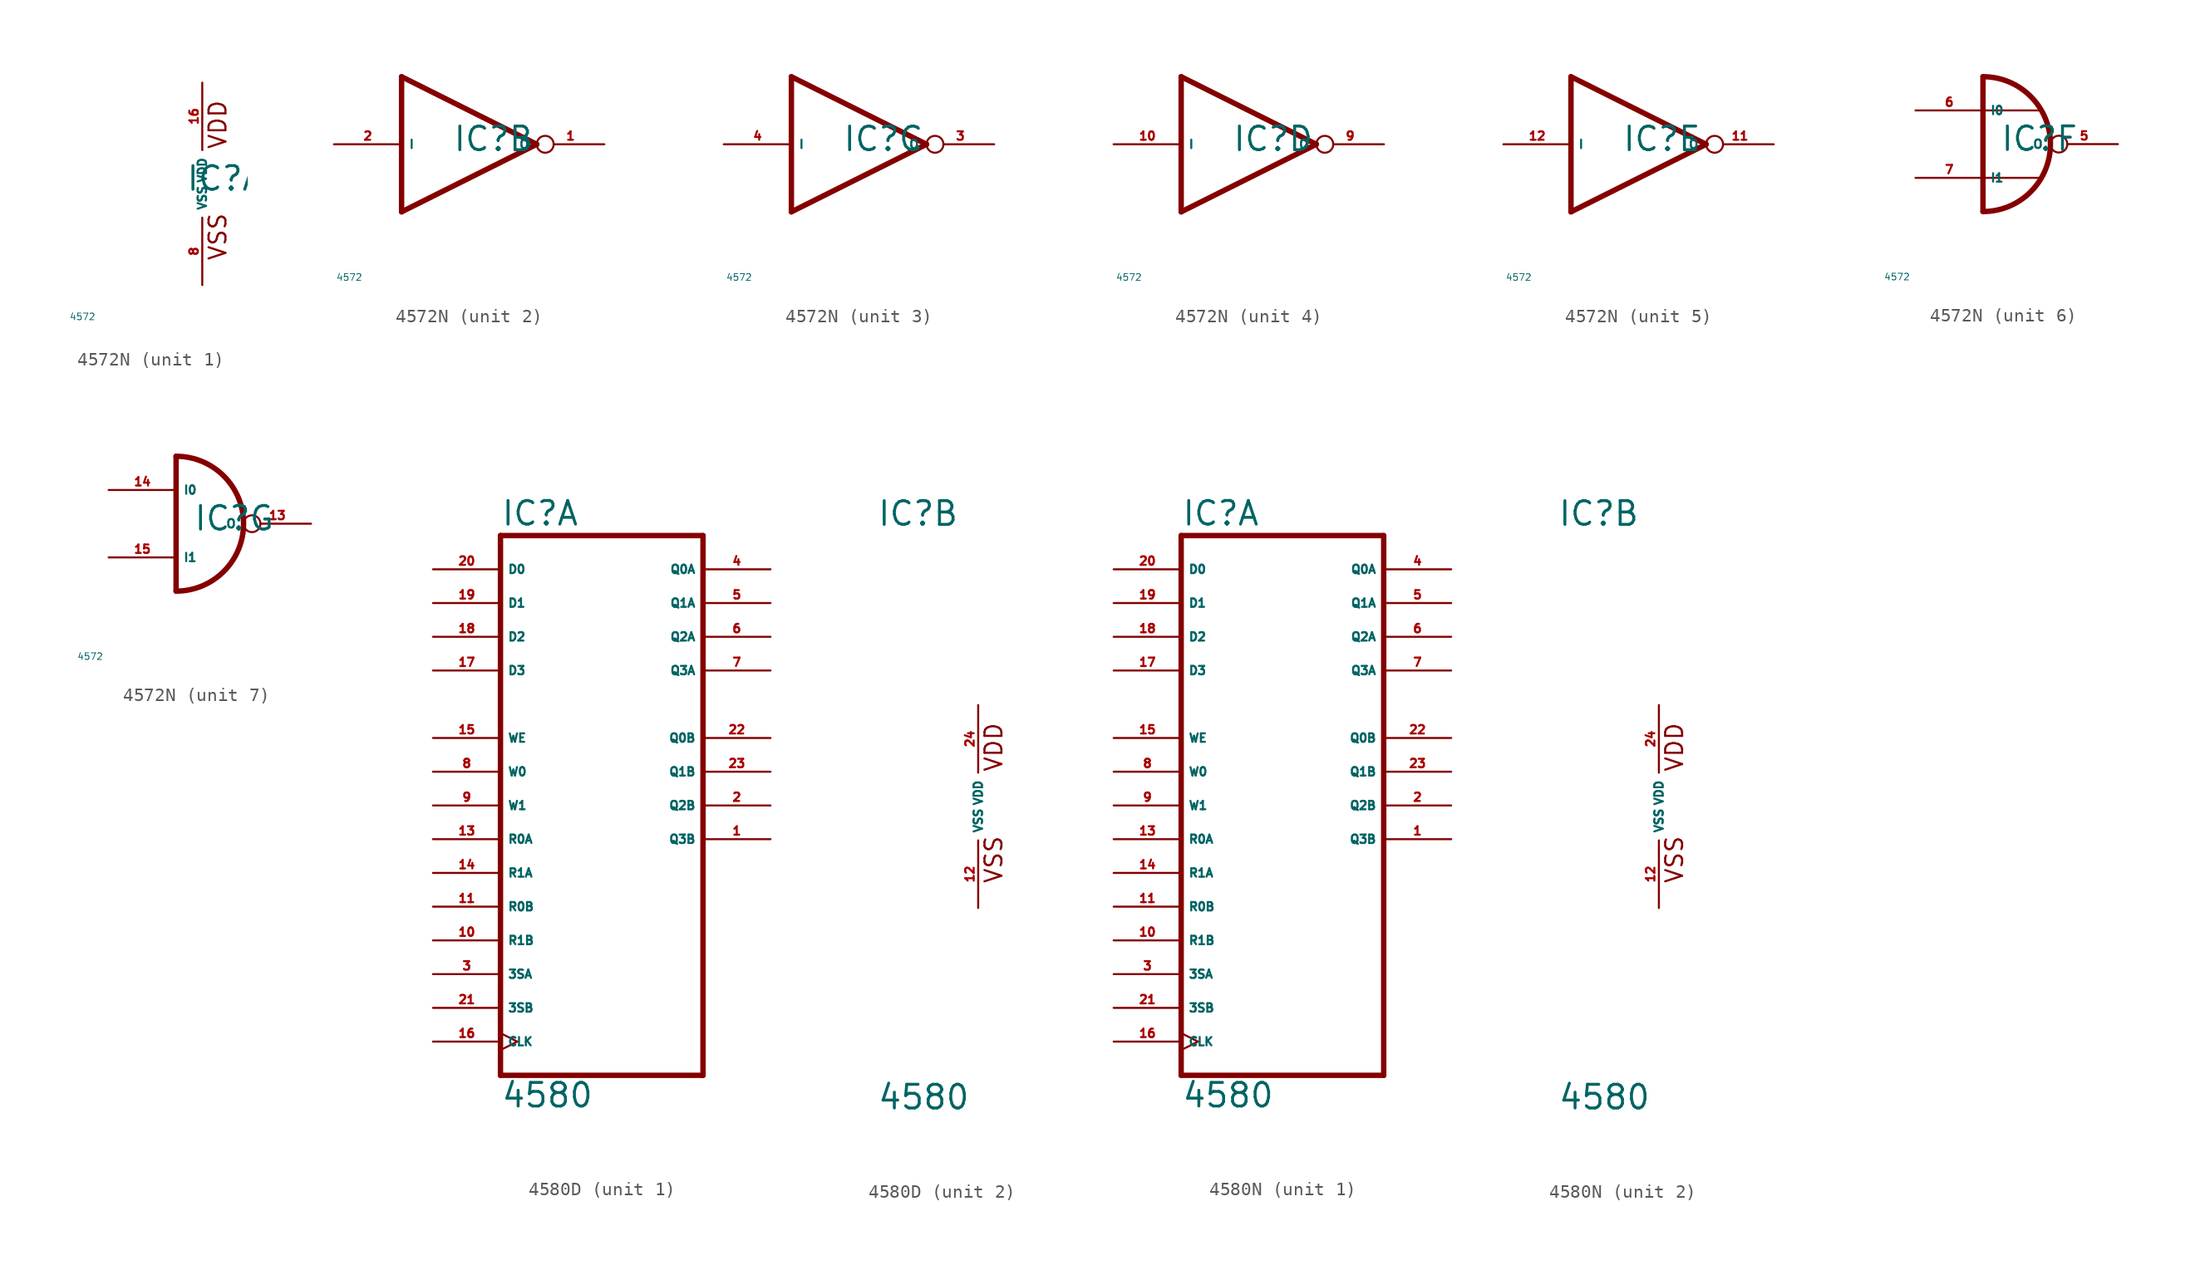
<source format=kicad_sym>
(kicad_symbol_lib
  (version 20220914)
  (generator Eagle2Kicad)
  (symbol "4572N"
    (property "Reference" "IC"
      (at -1.27 -0.635 0)
      (effects (font (size 1.778 1.778) (thickness 0.22)) (justify left bottom)))
    (property "Value" "4572"
      (at -10 -10 0)
      (effects (font (size 0.5 0.5) (thickness 0.06)) (justify left)))
    (symbol "4572N_1_0"
      (text "VDD" (at 1.905 2.54 900) (effects (font (size 1.27 1.27) (thickness 0.16)) (justify left bottom)))
      (text "VSS" (at 1.905 -5.842 900) (effects (font (size 1.27 1.27) (thickness 0.16)) (justify left bottom)))
      (pin unspecified line (at 0 -7.62 90) (length 5.08) (name "VSS" (effects (font (size 0.635 0.635) (thickness 0.08)) (justify left bottom))) (number "8" (effects (font (size 0.635 0.635) (thickness 0.08)) (justify left bottom))))
      (pin unspecified line (at 0 7.62 270) (length 5.08) (name "VDD" (effects (font (size 0.635 0.635) (thickness 0.08)) (justify left bottom))) (number "16" (effects (font (size 0.635 0.635) (thickness 0.08)) (justify left bottom)))))
    (symbol "4572N_2_0"
      (polyline (pts (xy -5.08 -5.08) (xy 5.08 0)) (stroke (width 0.406) (type default)) (fill (type none)))
      (polyline (pts (xy 5.08 0) (xy -5.08 5.08)) (stroke (width 0.406) (type default)) (fill (type none)))
      (polyline (pts (xy -5.08 5.08) (xy -5.08 -5.08)) (stroke (width 0.406) (type default)) (fill (type none)))
      (pin input line (at -10.16 0 0) (length 5.08) (name "I" (effects (font (size 0.635 0.635) (thickness 0.08)) (justify left bottom))) (number "2" (effects (font (size 0.635 0.635) (thickness 0.08)) (justify left bottom))))
      (pin output inverted (at 10.16 0 180) (length 5.08) (name "O" (effects (font (size 0.635 0.635) (thickness 0.08)) (justify left bottom))) (number "1" (effects (font (size 0.635 0.635) (thickness 0.08)) (justify left bottom)))))
    (symbol "4572N_3_0"
      (polyline (pts (xy -5.08 -5.08) (xy 5.08 0)) (stroke (width 0.406) (type default)) (fill (type none)))
      (polyline (pts (xy 5.08 0) (xy -5.08 5.08)) (stroke (width 0.406) (type default)) (fill (type none)))
      (polyline (pts (xy -5.08 5.08) (xy -5.08 -5.08)) (stroke (width 0.406) (type default)) (fill (type none)))
      (pin input line (at -10.16 0 0) (length 5.08) (name "I" (effects (font (size 0.635 0.635) (thickness 0.08)) (justify left bottom))) (number "4" (effects (font (size 0.635 0.635) (thickness 0.08)) (justify left bottom))))
      (pin output inverted (at 10.16 0 180) (length 5.08) (name "O" (effects (font (size 0.635 0.635) (thickness 0.08)) (justify left bottom))) (number "3" (effects (font (size 0.635 0.635) (thickness 0.08)) (justify left bottom)))))
    (symbol "4572N_4_0"
      (polyline (pts (xy -5.08 -5.08) (xy 5.08 0)) (stroke (width 0.406) (type default)) (fill (type none)))
      (polyline (pts (xy 5.08 0) (xy -5.08 5.08)) (stroke (width 0.406) (type default)) (fill (type none)))
      (polyline (pts (xy -5.08 5.08) (xy -5.08 -5.08)) (stroke (width 0.406) (type default)) (fill (type none)))
      (pin input line (at -10.16 0 0) (length 5.08) (name "I" (effects (font (size 0.635 0.635) (thickness 0.08)) (justify left bottom))) (number "10" (effects (font (size 0.635 0.635) (thickness 0.08)) (justify left bottom))))
      (pin output inverted (at 10.16 0 180) (length 5.08) (name "O" (effects (font (size 0.635 0.635) (thickness 0.08)) (justify left bottom))) (number "9" (effects (font (size 0.635 0.635) (thickness 0.08)) (justify left bottom)))))
    (symbol "4572N_5_0"
      (polyline (pts (xy -5.08 -5.08) (xy 5.08 0)) (stroke (width 0.406) (type default)) (fill (type none)))
      (polyline (pts (xy 5.08 0) (xy -5.08 5.08)) (stroke (width 0.406) (type default)) (fill (type none)))
      (polyline (pts (xy -5.08 5.08) (xy -5.08 -5.08)) (stroke (width 0.406) (type default)) (fill (type none)))
      (pin input line (at -10.16 0 0) (length 5.08) (name "I" (effects (font (size 0.635 0.635) (thickness 0.08)) (justify left bottom))) (number "12" (effects (font (size 0.635 0.635) (thickness 0.08)) (justify left bottom))))
      (pin output inverted (at 10.16 0 180) (length 5.08) (name "O" (effects (font (size 0.635 0.635) (thickness 0.08)) (justify left bottom))) (number "11" (effects (font (size 0.635 0.635) (thickness 0.08)) (justify left bottom)))))
    (symbol "4572N_6_0"
      (arc (start -2.54 -5.08) (mid 2.540 0.000) (end -2.54 5.08) (stroke (width 0.4064) (type default)) (fill (type none)))
      (polyline (pts (xy 1.778 2.54) (xy -2.54 2.54)) (stroke (width 0.152) (type default)) (fill (type none)))
      (polyline (pts (xy 1.778 -2.54) (xy -2.54 -2.54)) (stroke (width 0.152) (type default)) (fill (type none)))
      (polyline (pts (xy -2.54 5.08) (xy -2.54 -5.08)) (stroke (width 0.406) (type default)) (fill (type none)))
      (pin input line (at -7.62 2.54 0) (length 5.08) (name "I0" (effects (font (size 0.635 0.635) (thickness 0.08)) (justify left bottom))) (number "6" (effects (font (size 0.635 0.635) (thickness 0.08)) (justify left bottom))))
      (pin input line (at -7.62 -2.54 0) (length 5.08) (name "I1" (effects (font (size 0.635 0.635) (thickness 0.08)) (justify left bottom))) (number "7" (effects (font (size 0.635 0.635) (thickness 0.08)) (justify left bottom))))
      (pin output inverted (at 7.62 0 180) (length 5.08) (name "O" (effects (font (size 0.635 0.635) (thickness 0.08)) (justify left bottom))) (number "5" (effects (font (size 0.635 0.635) (thickness 0.08)) (justify left bottom)))))
    (symbol "4572N_7_0"
      (arc (start -2.54 -5.08) (mid 2.540 0.000) (end -2.54 5.08) (stroke (width 0.4064) (type default)) (fill (type none)))
      (polyline (pts (xy -2.54 5.08) (xy -2.54 -5.08)) (stroke (width 0.406) (type default)) (fill (type none)))
      (pin input line (at -7.62 2.54 0) (length 5.08) (name "I0" (effects (font (size 0.635 0.635) (thickness 0.08)) (justify left bottom))) (number "14" (effects (font (size 0.635 0.635) (thickness 0.08)) (justify left bottom))))
      (pin input line (at -7.62 -2.54 0) (length 5.08) (name "I1" (effects (font (size 0.635 0.635) (thickness 0.08)) (justify left bottom))) (number "15" (effects (font (size 0.635 0.635) (thickness 0.08)) (justify left bottom))))
      (pin output inverted (at 7.62 0 180) (length 5.08) (name "O" (effects (font (size 0.635 0.635) (thickness 0.08)) (justify left bottom))) (number "13" (effects (font (size 0.635 0.635) (thickness 0.08)) (justify left bottom))))))
  (symbol "4580D"
    (property "Reference" "IC"
      (at -7.62 20.955 0)
      (effects (font (size 1.778 1.778) (thickness 0.22)) (justify left bottom)))
    (property "Value" "4580"
      (at -7.62 -22.86 0)
      (effects (font (size 1.778 1.778) (thickness 0.22)) (justify left bottom)))
    (symbol "4580D_1_0"
      (polyline (pts (xy -7.62 -20.32) (xy 7.62 -20.32)) (stroke (width 0.406) (type default)) (fill (type none)))
      (polyline (pts (xy 7.62 -20.32) (xy 7.62 20.32)) (stroke (width 0.406) (type default)) (fill (type none)))
      (polyline (pts (xy 7.62 20.32) (xy -7.62 20.32)) (stroke (width 0.406) (type default)) (fill (type none)))
      (polyline (pts (xy -7.62 20.32) (xy -7.62 -20.32)) (stroke (width 0.406) (type default)) (fill (type none)))
      (pin output line (at 12.7 -2.54 180) (length 5.08) (name "Q3B" (effects (font (size 0.635 0.635) (thickness 0.08)) (justify left bottom))) (number "1" (effects (font (size 0.635 0.635) (thickness 0.08)) (justify left bottom))))
      (pin output line (at 12.7 0 180) (length 5.08) (name "Q2B" (effects (font (size 0.635 0.635) (thickness 0.08)) (justify left bottom))) (number "2" (effects (font (size 0.635 0.635) (thickness 0.08)) (justify left bottom))))
      (pin input line (at -12.7 -12.7 0) (length 5.08) (name "3SA" (effects (font (size 0.635 0.635) (thickness 0.08)) (justify left bottom))) (number "3" (effects (font (size 0.635 0.635) (thickness 0.08)) (justify left bottom))))
      (pin output line (at 12.7 17.78 180) (length 5.08) (name "Q0A" (effects (font (size 0.635 0.635) (thickness 0.08)) (justify left bottom))) (number "4" (effects (font (size 0.635 0.635) (thickness 0.08)) (justify left bottom))))
      (pin output line (at 12.7 15.24 180) (length 5.08) (name "Q1A" (effects (font (size 0.635 0.635) (thickness 0.08)) (justify left bottom))) (number "5" (effects (font (size 0.635 0.635) (thickness 0.08)) (justify left bottom))))
      (pin output line (at 12.7 12.7 180) (length 5.08) (name "Q2A" (effects (font (size 0.635 0.635) (thickness 0.08)) (justify left bottom))) (number "6" (effects (font (size 0.635 0.635) (thickness 0.08)) (justify left bottom))))
      (pin output line (at 12.7 10.16 180) (length 5.08) (name "Q3A" (effects (font (size 0.635 0.635) (thickness 0.08)) (justify left bottom))) (number "7" (effects (font (size 0.635 0.635) (thickness 0.08)) (justify left bottom))))
      (pin input line (at -12.7 2.54 0) (length 5.08) (name "W0" (effects (font (size 0.635 0.635) (thickness 0.08)) (justify left bottom))) (number "8" (effects (font (size 0.635 0.635) (thickness 0.08)) (justify left bottom))))
      (pin input line (at -12.7 0 0) (length 5.08) (name "W1" (effects (font (size 0.635 0.635) (thickness 0.08)) (justify left bottom))) (number "9" (effects (font (size 0.635 0.635) (thickness 0.08)) (justify left bottom))))
      (pin input line (at -12.7 -10.16 0) (length 5.08) (name "R1B" (effects (font (size 0.635 0.635) (thickness 0.08)) (justify left bottom))) (number "10" (effects (font (size 0.635 0.635) (thickness 0.08)) (justify left bottom))))
      (pin input line (at -12.7 -7.62 0) (length 5.08) (name "R0B" (effects (font (size 0.635 0.635) (thickness 0.08)) (justify left bottom))) (number "11" (effects (font (size 0.635 0.635) (thickness 0.08)) (justify left bottom))))
      (pin input line (at -12.7 -2.54 0) (length 5.08) (name "R0A" (effects (font (size 0.635 0.635) (thickness 0.08)) (justify left bottom))) (number "13" (effects (font (size 0.635 0.635) (thickness 0.08)) (justify left bottom))))
      (pin input line (at -12.7 -5.08 0) (length 5.08) (name "R1A" (effects (font (size 0.635 0.635) (thickness 0.08)) (justify left bottom))) (number "14" (effects (font (size 0.635 0.635) (thickness 0.08)) (justify left bottom))))
      (pin input line (at -12.7 5.08 0) (length 5.08) (name "WE" (effects (font (size 0.635 0.635) (thickness 0.08)) (justify left bottom))) (number "15" (effects (font (size 0.635 0.635) (thickness 0.08)) (justify left bottom))))
      (pin input clock (at -12.7 -17.78 0) (length 5.08) (name "CLK" (effects (font (size 0.635 0.635) (thickness 0.08)) (justify left bottom))) (number "16" (effects (font (size 0.635 0.635) (thickness 0.08)) (justify left bottom))))
      (pin input line (at -12.7 10.16 0) (length 5.08) (name "D3" (effects (font (size 0.635 0.635) (thickness 0.08)) (justify left bottom))) (number "17" (effects (font (size 0.635 0.635) (thickness 0.08)) (justify left bottom))))
      (pin input line (at -12.7 12.7 0) (length 5.08) (name "D2" (effects (font (size 0.635 0.635) (thickness 0.08)) (justify left bottom))) (number "18" (effects (font (size 0.635 0.635) (thickness 0.08)) (justify left bottom))))
      (pin input line (at -12.7 15.24 0) (length 5.08) (name "D1" (effects (font (size 0.635 0.635) (thickness 0.08)) (justify left bottom))) (number "19" (effects (font (size 0.635 0.635) (thickness 0.08)) (justify left bottom))))
      (pin input line (at -12.7 17.78 0) (length 5.08) (name "D0" (effects (font (size 0.635 0.635) (thickness 0.08)) (justify left bottom))) (number "20" (effects (font (size 0.635 0.635) (thickness 0.08)) (justify left bottom))))
      (pin input line (at -12.7 -15.24 0) (length 5.08) (name "3SB" (effects (font (size 0.635 0.635) (thickness 0.08)) (justify left bottom))) (number "21" (effects (font (size 0.635 0.635) (thickness 0.08)) (justify left bottom))))
      (pin output line (at 12.7 5.08 180) (length 5.08) (name "Q0B" (effects (font (size 0.635 0.635) (thickness 0.08)) (justify left bottom))) (number "22" (effects (font (size 0.635 0.635) (thickness 0.08)) (justify left bottom))))
      (pin output line (at 12.7 2.54 180) (length 5.08) (name "Q1B" (effects (font (size 0.635 0.635) (thickness 0.08)) (justify left bottom))) (number "23" (effects (font (size 0.635 0.635) (thickness 0.08)) (justify left bottom)))))
    (symbol "4580D_2_0"
      (text "VDD" (at 1.905 2.54 900) (effects (font (size 1.27 1.27) (thickness 0.16)) (justify left bottom)))
      (text "VSS" (at 1.905 -5.842 900) (effects (font (size 1.27 1.27) (thickness 0.16)) (justify left bottom)))
      (pin unspecified line (at 0 -7.62 90) (length 5.08) (name "VSS" (effects (font (size 0.635 0.635) (thickness 0.08)) (justify left bottom))) (number "12" (effects (font (size 0.635 0.635) (thickness 0.08)) (justify left bottom))))
      (pin unspecified line (at 0 7.62 270) (length 5.08) (name "VDD" (effects (font (size 0.635 0.635) (thickness 0.08)) (justify left bottom))) (number "24" (effects (font (size 0.635 0.635) (thickness 0.08)) (justify left bottom))))))
  (symbol "4580N"
    (property "Reference" "IC"
      (at -7.62 20.955 0)
      (effects (font (size 1.778 1.778) (thickness 0.22)) (justify left bottom)))
    (property "Value" "4580"
      (at -7.62 -22.86 0)
      (effects (font (size 1.778 1.778) (thickness 0.22)) (justify left bottom)))
    (symbol "4580N_1_0"
      (polyline (pts (xy -7.62 -20.32) (xy 7.62 -20.32)) (stroke (width 0.406) (type default)) (fill (type none)))
      (polyline (pts (xy 7.62 -20.32) (xy 7.62 20.32)) (stroke (width 0.406) (type default)) (fill (type none)))
      (polyline (pts (xy 7.62 20.32) (xy -7.62 20.32)) (stroke (width 0.406) (type default)) (fill (type none)))
      (polyline (pts (xy -7.62 20.32) (xy -7.62 -20.32)) (stroke (width 0.406) (type default)) (fill (type none)))
      (pin output line (at 12.7 -2.54 180) (length 5.08) (name "Q3B" (effects (font (size 0.635 0.635) (thickness 0.08)) (justify left bottom))) (number "1" (effects (font (size 0.635 0.635) (thickness 0.08)) (justify left bottom))))
      (pin output line (at 12.7 0 180) (length 5.08) (name "Q2B" (effects (font (size 0.635 0.635) (thickness 0.08)) (justify left bottom))) (number "2" (effects (font (size 0.635 0.635) (thickness 0.08)) (justify left bottom))))
      (pin input line (at -12.7 -12.7 0) (length 5.08) (name "3SA" (effects (font (size 0.635 0.635) (thickness 0.08)) (justify left bottom))) (number "3" (effects (font (size 0.635 0.635) (thickness 0.08)) (justify left bottom))))
      (pin output line (at 12.7 17.78 180) (length 5.08) (name "Q0A" (effects (font (size 0.635 0.635) (thickness 0.08)) (justify left bottom))) (number "4" (effects (font (size 0.635 0.635) (thickness 0.08)) (justify left bottom))))
      (pin output line (at 12.7 15.24 180) (length 5.08) (name "Q1A" (effects (font (size 0.635 0.635) (thickness 0.08)) (justify left bottom))) (number "5" (effects (font (size 0.635 0.635) (thickness 0.08)) (justify left bottom))))
      (pin output line (at 12.7 12.7 180) (length 5.08) (name "Q2A" (effects (font (size 0.635 0.635) (thickness 0.08)) (justify left bottom))) (number "6" (effects (font (size 0.635 0.635) (thickness 0.08)) (justify left bottom))))
      (pin output line (at 12.7 10.16 180) (length 5.08) (name "Q3A" (effects (font (size 0.635 0.635) (thickness 0.08)) (justify left bottom))) (number "7" (effects (font (size 0.635 0.635) (thickness 0.08)) (justify left bottom))))
      (pin input line (at -12.7 2.54 0) (length 5.08) (name "W0" (effects (font (size 0.635 0.635) (thickness 0.08)) (justify left bottom))) (number "8" (effects (font (size 0.635 0.635) (thickness 0.08)) (justify left bottom))))
      (pin input line (at -12.7 0 0) (length 5.08) (name "W1" (effects (font (size 0.635 0.635) (thickness 0.08)) (justify left bottom))) (number "9" (effects (font (size 0.635 0.635) (thickness 0.08)) (justify left bottom))))
      (pin input line (at -12.7 -10.16 0) (length 5.08) (name "R1B" (effects (font (size 0.635 0.635) (thickness 0.08)) (justify left bottom))) (number "10" (effects (font (size 0.635 0.635) (thickness 0.08)) (justify left bottom))))
      (pin input line (at -12.7 -7.62 0) (length 5.08) (name "R0B" (effects (font (size 0.635 0.635) (thickness 0.08)) (justify left bottom))) (number "11" (effects (font (size 0.635 0.635) (thickness 0.08)) (justify left bottom))))
      (pin input line (at -12.7 -2.54 0) (length 5.08) (name "R0A" (effects (font (size 0.635 0.635) (thickness 0.08)) (justify left bottom))) (number "13" (effects (font (size 0.635 0.635) (thickness 0.08)) (justify left bottom))))
      (pin input line (at -12.7 -5.08 0) (length 5.08) (name "R1A" (effects (font (size 0.635 0.635) (thickness 0.08)) (justify left bottom))) (number "14" (effects (font (size 0.635 0.635) (thickness 0.08)) (justify left bottom))))
      (pin input line (at -12.7 5.08 0) (length 5.08) (name "WE" (effects (font (size 0.635 0.635) (thickness 0.08)) (justify left bottom))) (number "15" (effects (font (size 0.635 0.635) (thickness 0.08)) (justify left bottom))))
      (pin input clock (at -12.7 -17.78 0) (length 5.08) (name "CLK" (effects (font (size 0.635 0.635) (thickness 0.08)) (justify left bottom))) (number "16" (effects (font (size 0.635 0.635) (thickness 0.08)) (justify left bottom))))
      (pin input line (at -12.7 10.16 0) (length 5.08) (name "D3" (effects (font (size 0.635 0.635) (thickness 0.08)) (justify left bottom))) (number "17" (effects (font (size 0.635 0.635) (thickness 0.08)) (justify left bottom))))
      (pin input line (at -12.7 12.7 0) (length 5.08) (name "D2" (effects (font (size 0.635 0.635) (thickness 0.08)) (justify left bottom))) (number "18" (effects (font (size 0.635 0.635) (thickness 0.08)) (justify left bottom))))
      (pin input line (at -12.7 15.24 0) (length 5.08) (name "D1" (effects (font (size 0.635 0.635) (thickness 0.08)) (justify left bottom))) (number "19" (effects (font (size 0.635 0.635) (thickness 0.08)) (justify left bottom))))
      (pin input line (at -12.7 17.78 0) (length 5.08) (name "D0" (effects (font (size 0.635 0.635) (thickness 0.08)) (justify left bottom))) (number "20" (effects (font (size 0.635 0.635) (thickness 0.08)) (justify left bottom))))
      (pin input line (at -12.7 -15.24 0) (length 5.08) (name "3SB" (effects (font (size 0.635 0.635) (thickness 0.08)) (justify left bottom))) (number "21" (effects (font (size 0.635 0.635) (thickness 0.08)) (justify left bottom))))
      (pin output line (at 12.7 5.08 180) (length 5.08) (name "Q0B" (effects (font (size 0.635 0.635) (thickness 0.08)) (justify left bottom))) (number "22" (effects (font (size 0.635 0.635) (thickness 0.08)) (justify left bottom))))
      (pin output line (at 12.7 2.54 180) (length 5.08) (name "Q1B" (effects (font (size 0.635 0.635) (thickness 0.08)) (justify left bottom))) (number "23" (effects (font (size 0.635 0.635) (thickness 0.08)) (justify left bottom)))))
    (symbol "4580N_2_0"
      (text "VDD" (at 1.905 2.54 900) (effects (font (size 1.27 1.27) (thickness 0.16)) (justify left bottom)))
      (text "VSS" (at 1.905 -5.842 900) (effects (font (size 1.27 1.27) (thickness 0.16)) (justify left bottom)))
      (pin unspecified line (at 0 -7.62 90) (length 5.08) (name "VSS" (effects (font (size 0.635 0.635) (thickness 0.08)) (justify left bottom))) (number "12" (effects (font (size 0.635 0.635) (thickness 0.08)) (justify left bottom))))
      (pin unspecified line (at 0 7.62 270) (length 5.08) (name "VDD" (effects (font (size 0.635 0.635) (thickness 0.08)) (justify left bottom))) (number "24" (effects (font (size 0.635 0.635) (thickness 0.08)) (justify left bottom)))))))
</source>
